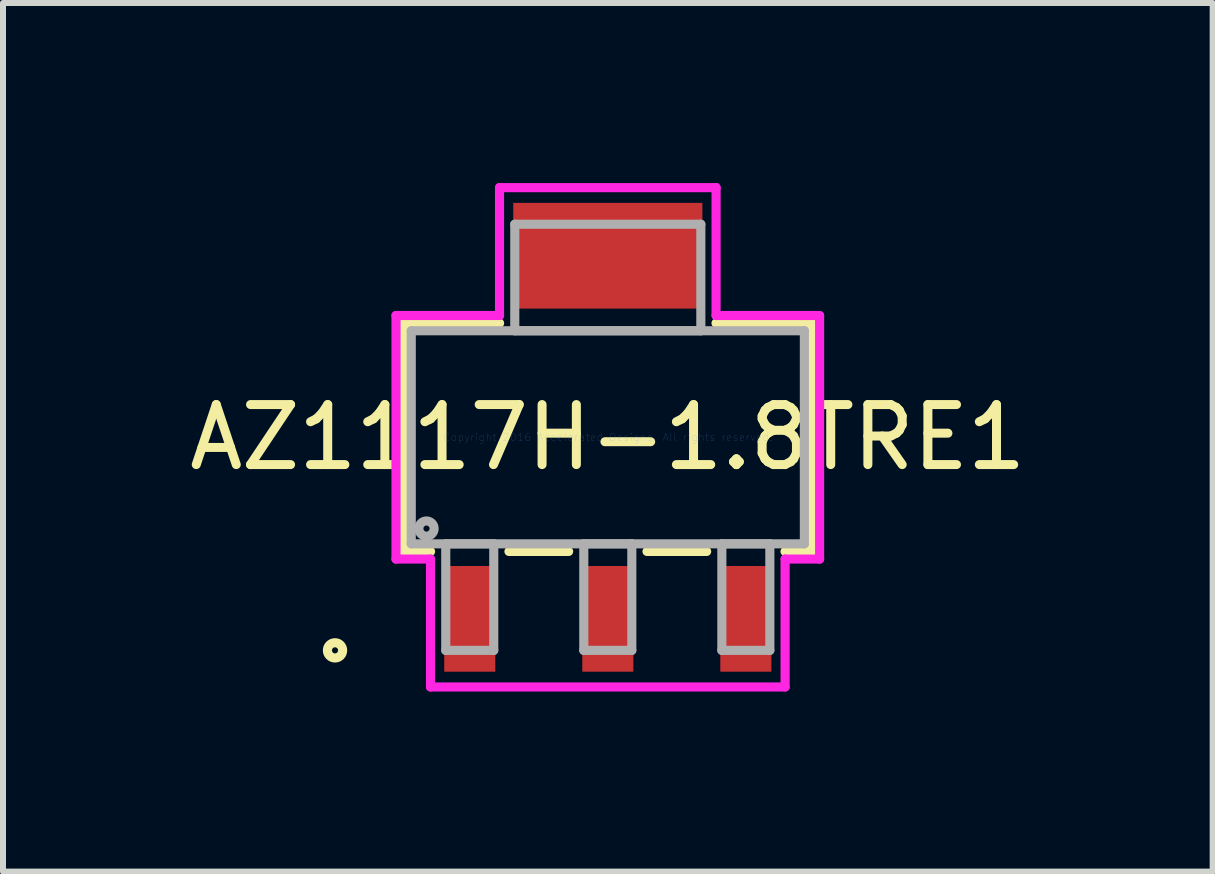
<source format=kicad_pcb>
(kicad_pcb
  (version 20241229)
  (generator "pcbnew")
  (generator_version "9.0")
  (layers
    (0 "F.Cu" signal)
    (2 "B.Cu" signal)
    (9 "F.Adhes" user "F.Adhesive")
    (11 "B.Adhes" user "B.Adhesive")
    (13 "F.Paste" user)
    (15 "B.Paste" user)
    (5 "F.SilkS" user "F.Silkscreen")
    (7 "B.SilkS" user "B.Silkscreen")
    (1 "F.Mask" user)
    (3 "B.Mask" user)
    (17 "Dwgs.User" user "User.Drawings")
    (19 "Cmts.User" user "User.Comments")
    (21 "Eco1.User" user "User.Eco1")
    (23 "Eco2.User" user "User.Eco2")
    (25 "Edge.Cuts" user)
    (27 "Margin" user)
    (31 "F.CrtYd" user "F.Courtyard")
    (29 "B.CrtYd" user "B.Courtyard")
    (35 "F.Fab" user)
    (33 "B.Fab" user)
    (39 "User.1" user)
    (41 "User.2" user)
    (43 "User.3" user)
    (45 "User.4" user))
  (footprint "AZ1117H-1.8TRE1"
    (layer "F.Cu")
    (at 7.077 4.236)
    (property "Reference" "AZ1117H-1.8TRE1" (at 0 0 0) (layer "F.SilkS") (effects (font (size 1 1) (thickness 0.15))))
    (attr through_hole)
    (fp_line (start -3.402 -1.902) (end -3.402 1.902) (stroke (width 0.152) (type solid)) (layer "F.SilkS"))
    (fp_line (start -3.402 1.902) (end -2.953 1.902) (stroke (width 0.152) (type solid)) (layer "F.SilkS"))
    (fp_line (start -1.803 -1.902) (end -3.402 -1.902) (stroke (width 0.152) (type solid)) (layer "F.SilkS"))
    (fp_line (start -1.647 1.902) (end -0.653 1.902) (stroke (width 0.152) (type solid)) (layer "F.SilkS"))
    (fp_line (start 0.653 1.902) (end 1.647 1.902) (stroke (width 0.152) (type solid)) (layer "F.SilkS"))
    (fp_line (start 2.953 1.902) (end 3.402 1.902) (stroke (width 0.152) (type solid)) (layer "F.SilkS"))
    (fp_line (start 3.402 -1.902) (end 1.803 -1.902) (stroke (width 0.152) (type solid)) (layer "F.SilkS"))
    (fp_line (start 3.402 1.902) (end 3.402 -1.902) (stroke (width 0.152) (type solid)) (layer "F.SilkS"))
    (fp_circle (center -4.545 3.55) (end -4.418 3.55) (stroke (width 0.152) (type solid)) (fill no) (layer "F.SilkS"))
    (fp_line (start -3.529 -2.029) (end -1.804 -2.029) (stroke (width 0.152) (type solid)) (layer "F.CrtYd"))
    (fp_line (start -3.529 2.029) (end -3.529 -2.029) (stroke (width 0.152) (type solid)) (layer "F.CrtYd"))
    (fp_line (start -2.954 2.029) (end -3.529 2.029) (stroke (width 0.152) (type solid)) (layer "F.CrtYd"))
    (fp_line (start -2.954 4.16) (end -2.954 2.029) (stroke (width 0.152) (type solid)) (layer "F.CrtYd"))
    (fp_line (start -1.804 -4.16) (end 1.804 -4.16) (stroke (width 0.152) (type solid)) (layer "F.CrtYd"))
    (fp_line (start -1.804 -2.029) (end -1.804 -4.16) (stroke (width 0.152) (type solid)) (layer "F.CrtYd"))
    (fp_line (start 1.804 -4.16) (end 1.804 -2.029) (stroke (width 0.152) (type solid)) (layer "F.CrtYd"))
    (fp_line (start 1.804 -2.029) (end 3.529 -2.029) (stroke (width 0.152) (type solid)) (layer "F.CrtYd"))
    (fp_line (start 2.954 2.029) (end 2.954 4.16) (stroke (width 0.152) (type solid)) (layer "F.CrtYd"))
    (fp_line (start 2.954 4.16) (end -2.954 4.16) (stroke (width 0.152) (type solid)) (layer "F.CrtYd"))
    (fp_line (start 3.529 -2.029) (end 3.529 2.029) (stroke (width 0.152) (type solid)) (layer "F.CrtYd"))
    (fp_line (start 3.529 2.029) (end 2.954 2.029) (stroke (width 0.152) (type solid)) (layer "F.CrtYd"))
    (fp_line (start -3.275 -1.775) (end -3.275 1.775) (stroke (width 0.152) (type solid)) (layer "F.Fab"))
    (fp_line (start -3.275 1.775) (end 3.275 1.775) (stroke (width 0.152) (type solid)) (layer "F.Fab"))
    (fp_line (start -2.7 1.775) (end -2.7 3.55) (stroke (width 0.152) (type solid)) (layer "F.Fab"))
    (fp_line (start -2.7 3.55) (end -1.9 3.55) (stroke (width 0.152) (type solid)) (layer "F.Fab"))
    (fp_line (start -1.9 1.775) (end -2.7 1.775) (stroke (width 0.152) (type solid)) (layer "F.Fab"))
    (fp_line (start -1.9 3.55) (end -1.9 1.775) (stroke (width 0.152) (type solid)) (layer "F.Fab"))
    (fp_line (start -1.55 -3.55) (end -1.55 -1.775) (stroke (width 0.152) (type solid)) (layer "F.Fab"))
    (fp_line (start -1.55 -1.775) (end 1.55 -1.775) (stroke (width 0.152) (type solid)) (layer "F.Fab"))
    (fp_line (start -0.4 1.775) (end -0.4 3.55) (stroke (width 0.152) (type solid)) (layer "F.Fab"))
    (fp_line (start -0.4 3.55) (end 0.4 3.55) (stroke (width 0.152) (type solid)) (layer "F.Fab"))
    (fp_line (start 0.4 1.775) (end -0.4 1.775) (stroke (width 0.152) (type solid)) (layer "F.Fab"))
    (fp_line (start 0.4 3.55) (end 0.4 1.775) (stroke (width 0.152) (type solid)) (layer "F.Fab"))
    (fp_line (start 1.55 -3.55) (end -1.55 -3.55) (stroke (width 0.152) (type solid)) (layer "F.Fab"))
    (fp_line (start 1.55 -1.775) (end 1.55 -3.55) (stroke (width 0.152) (type solid)) (layer "F.Fab"))
    (fp_line (start 1.9 1.775) (end 1.9 3.55) (stroke (width 0.152) (type solid)) (layer "F.Fab"))
    (fp_line (start 1.9 3.55) (end 2.7 3.55) (stroke (width 0.152) (type solid)) (layer "F.Fab"))
    (fp_line (start 2.7 1.775) (end 1.9 1.775) (stroke (width 0.152) (type solid)) (layer "F.Fab"))
    (fp_line (start 2.7 3.55) (end 2.7 1.775) (stroke (width 0.152) (type solid)) (layer "F.Fab"))
    (fp_line (start 3.275 -1.775) (end -3.275 -1.775) (stroke (width 0.152) (type solid)) (layer "F.Fab"))
    (fp_line (start 3.275 1.775) (end 3.275 -1.775) (stroke (width 0.152) (type solid)) (layer "F.Fab"))
    (fp_circle (center -3.021 1.521) (end -2.894 1.521) (stroke (width 0.152) (type solid)) (fill no) (layer "F.Fab"))
    (fp_text user "Copyright 2016 Accelerated Designs. All rights reserved." (at 0 0 0) (layer "Cmts.User") (effects (font (size 0.127 0.127) (thickness 0.002))))
    (pad "1" smd rect (at -2.3 3.025) (size 0.851 1.761) (layers "F.Cu" "F.Mask" "F.Paste"))
    (pad "2" smd rect (at 0 3.025) (size 0.851 1.761) (layers "F.Cu" "F.Mask" "F.Paste"))
    (pad "3" smd rect (at 2.3 3.025) (size 0.851 1.761) (layers "F.Cu" "F.Mask" "F.Paste"))
    (pad "4" smd rect (at 0 -3.025) (size 3.151 1.761) (layers "F.Cu" "F.Mask" "F.Paste")))
  (gr_rect
    (start -3 -3)
    (end 17.155 11.472)
    (stroke (width 0.1) (type default))
    (fill no)
    (layer "Edge.Cuts")))
</source>
